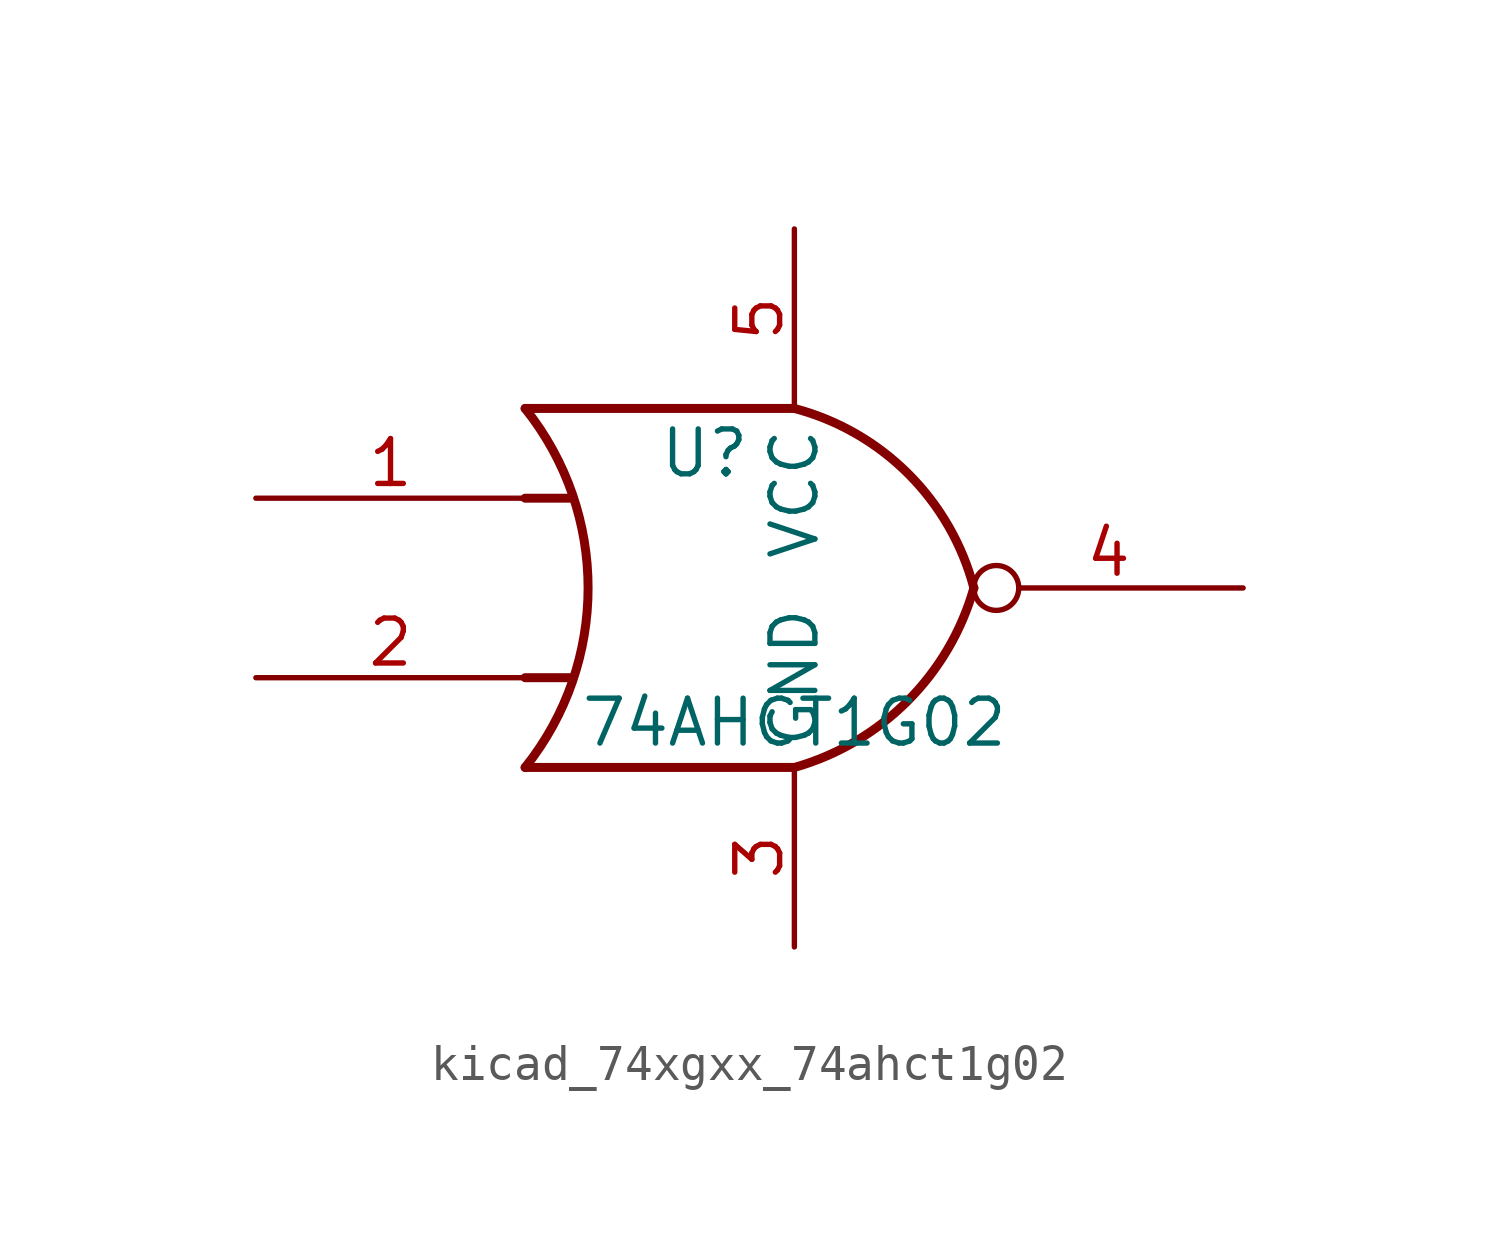
<source format=kicad_sym>
(kicad_symbol_lib
  (version 20220914)
  (generator kicad_symbol_editor)
  (symbol "kicad_74xgxx_74ahct1g02"
    (property "Reference" "U"
      (at -2.54 3.81 0)
      (effects (font (size 1.27 1.27))))
    (property "Value" "74AHCT1G02"
      (at 0 -3.81 0)
      (effects (font (size 1.27 1.27))))
    (symbol "kicad_74xgxx_74ahct1g02_0_1"
      (arc (start -7.62 -5.08) (mid -5.838 0) (end -7.62 5.08) (stroke (width 0.254) (type default)) (fill (type none)))
      (arc (start 0 -5.08) (mid 3.1986 -3.2054) (end 5.08 0) (stroke (width 0.254) (type default)) (fill (type none)))
      (polyline (pts (xy -7.62 -2.54) (xy -6.35 -2.54)) (stroke (width 0.254) (type default)) (fill (type background)))
      (polyline (pts (xy -7.62 2.54) (xy -6.35 2.54)) (stroke (width 0.254) (type default)) (fill (type background)))
      (polyline (pts (xy 0 -5.08) (xy -7.62 -5.08)) (stroke (width 0.254) (type default)) (fill (type background)))
      (polyline (pts (xy 0 5.08) (xy -7.62 5.08)) (stroke (width 0.254) (type default)) (fill (type background)))
      (arc (start 5.08 0) (mid 3.2238 3.2304) (end 0 5.08) (stroke (width 0.254) (type default)) (fill (type none))))
    (symbol "kicad_74xgxx_74ahct1g02_1_1"
      (pin input line (at -15.24 2.54 0) (length 7.62) (name "~" (effects (font (size 1.27 1.27)))) (number "1" (effects (font (size 1.27 1.27)))))
      (pin input line (at -15.24 -2.54 0) (length 7.62) (name "~" (effects (font (size 1.27 1.27)))) (number "2" (effects (font (size 1.27 1.27)))))
      (pin power_in line (at 0 -10.16 90) (length 5.08) (name "GND" (effects (font (size 1.27 1.27)))) (number "3" (effects (font (size 1.27 1.27)))))
      (pin output inverted (at 12.7 0 180) (length 7.62) (name "~" (effects (font (size 1.27 1.27)))) (number "4" (effects (font (size 1.27 1.27)))))
      (pin power_in line (at 0 10.16 270) (length 5.08) (name "VCC" (effects (font (size 1.27 1.27)))) (number "5" (effects (font (size 1.27 1.27))))))))
</source>
